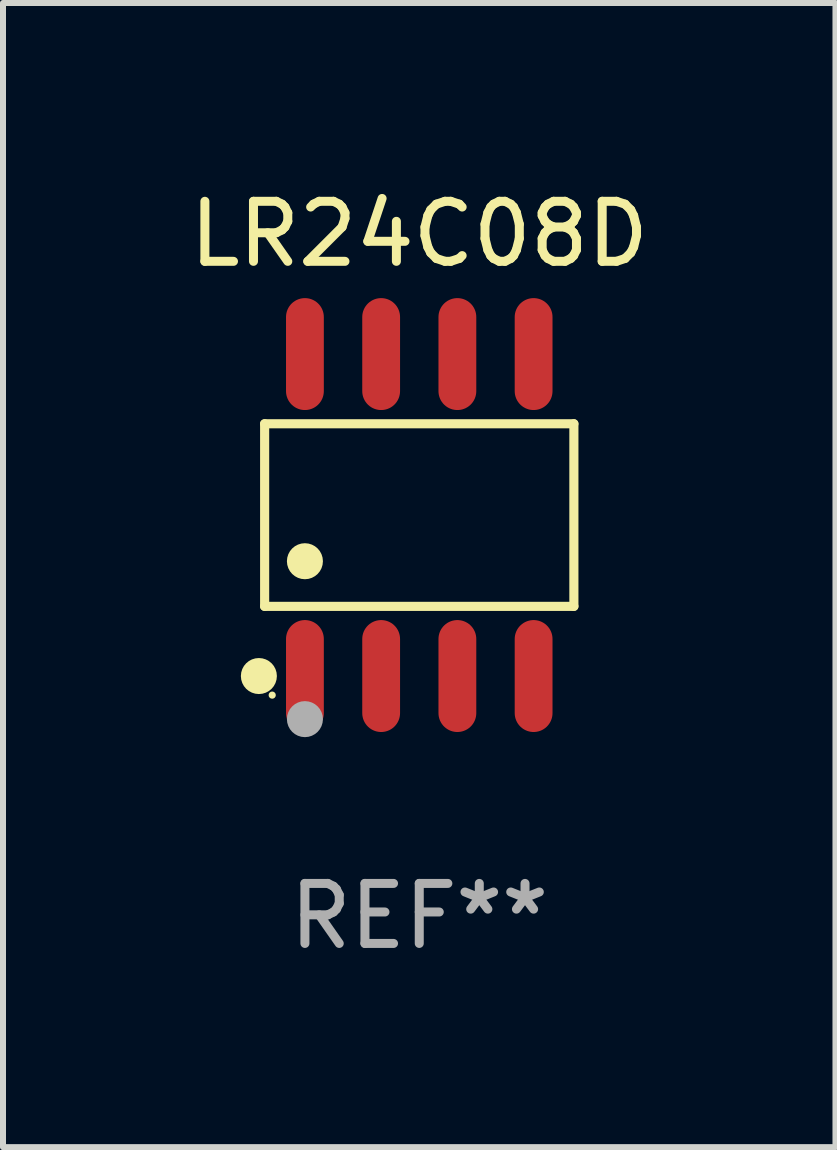
<source format=kicad_pcb>
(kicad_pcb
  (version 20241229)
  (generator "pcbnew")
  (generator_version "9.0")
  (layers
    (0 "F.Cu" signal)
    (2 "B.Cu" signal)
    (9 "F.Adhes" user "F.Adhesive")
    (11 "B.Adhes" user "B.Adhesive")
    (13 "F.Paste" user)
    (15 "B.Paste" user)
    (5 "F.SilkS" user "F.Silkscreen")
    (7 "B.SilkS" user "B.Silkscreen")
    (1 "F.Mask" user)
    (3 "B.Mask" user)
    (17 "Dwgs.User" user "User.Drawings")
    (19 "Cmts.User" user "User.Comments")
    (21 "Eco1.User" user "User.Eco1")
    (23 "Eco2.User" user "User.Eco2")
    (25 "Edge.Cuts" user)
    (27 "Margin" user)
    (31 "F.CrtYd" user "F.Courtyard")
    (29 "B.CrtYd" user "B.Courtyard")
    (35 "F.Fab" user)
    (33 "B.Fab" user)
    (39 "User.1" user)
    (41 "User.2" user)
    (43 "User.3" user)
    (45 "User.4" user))
  (footprint "LR24C08D"
    (layer "F.Cu")
    (at 3.935 5.531)
    (property "Reference" "LR24C08D" (at 0 -4.682 0) (layer "F.SilkS") (effects (font (size 1 1) (thickness 0.15))))
    (attr through_hole)
    (fp_line (start -2.576 -1.521) (end 2.576 -1.521) (stroke (width 0.152) (type solid)) (layer "F.SilkS"))
    (fp_line (start -2.576 1.521) (end -2.576 -1.521) (stroke (width 0.152) (type solid)) (layer "F.SilkS"))
    (fp_line (start 2.576 -1.521) (end 2.576 1.521) (stroke (width 0.152) (type solid)) (layer "F.SilkS"))
    (fp_line (start 2.576 1.521) (end -2.576 1.521) (stroke (width 0.152) (type solid)) (layer "F.SilkS"))
    (fp_circle (center -2.672 2.682) (end -2.522 2.682) (stroke (width 0.3) (type solid)) (fill no) (layer "F.SilkS"))
    (fp_circle (center -2.45 3) (end -2.42 3) (stroke (width 0.06) (type solid)) (fill no) (layer "F.SilkS"))
    (fp_circle (center -1.905 0.769) (end -1.755 0.769) (stroke (width 0.3) (type solid)) (fill no) (layer "F.SilkS"))
    (fp_circle (center -1.905 3.4) (end -1.755 3.4) (stroke (width 0.3) (type solid)) (fill no) (layer "F.Fab"))
    (fp_text user "REF**" (at 0 6.682 0) (layer "F.Fab") (effects (font (size 1 1) (thickness 0.15))))
    (pad "1" smd oval (at -1.905 2.682) (size 0.63 1.865) (layers "F.Cu" "F.Mask" "F.Paste"))
    (pad "2" smd oval (at -0.635 2.682) (size 0.63 1.865) (layers "F.Cu" "F.Mask" "F.Paste"))
    (pad "3" smd oval (at 0.635 2.682) (size 0.63 1.865) (layers "F.Cu" "F.Mask" "F.Paste"))
    (pad "4" smd oval (at 1.905 2.682) (size 0.63 1.865) (layers "F.Cu" "F.Mask" "F.Paste"))
    (pad "5" smd oval (at 1.905 -2.682) (size 0.63 1.865) (layers "F.Cu" "F.Mask" "F.Paste"))
    (pad "6" smd oval (at 0.635 -2.682) (size 0.63 1.865) (layers "F.Cu" "F.Mask" "F.Paste"))
    (pad "7" smd oval (at -0.635 -2.682) (size 0.63 1.865) (layers "F.Cu" "F.Mask" "F.Paste"))
    (pad "8" smd oval (at -1.905 -2.682) (size 0.63 1.865) (layers "F.Cu" "F.Mask" "F.Paste")))
  (gr_rect
    (start -3 -3)
    (end 10.869 16.061)
    (stroke (width 0.1) (type default))
    (fill no)
    (layer "Edge.Cuts")))
</source>
